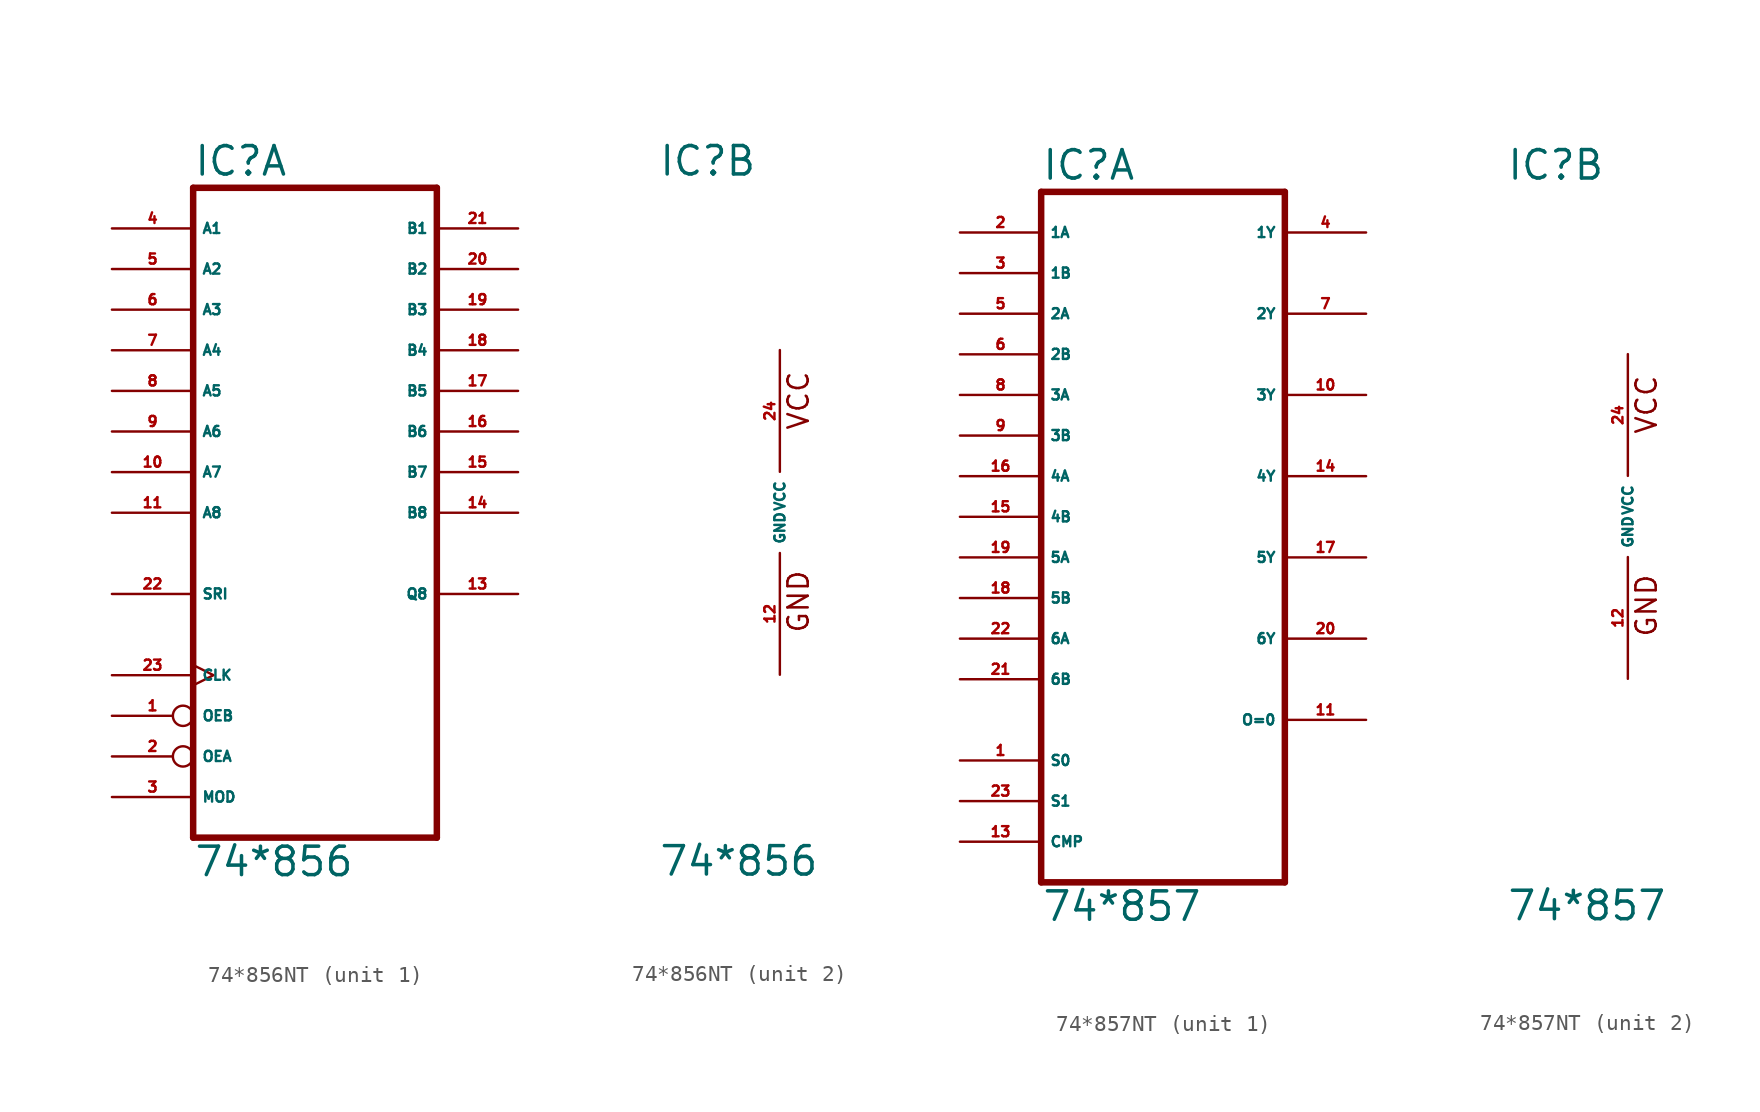
<source format=kicad_sym>
(kicad_symbol_lib
  (version 20220914)
  (generator Eagle2Kicad)
  (symbol "74*856NT"
    (property "Reference" "IC"
      (at -7.62 20.955 0)
      (effects (font (size 1.778 1.778) (thickness 0.22)) (justify left bottom)))
    (property "Value" "74*856"
      (at -7.62 -22.86 0)
      (effects (font (size 1.778 1.778) (thickness 0.22)) (justify left bottom)))
    (symbol "74*856NT_1_0"
      (polyline (pts (xy -7.62 -20.32) (xy 7.62 -20.32)) (stroke (width 0.406) (type default)) (fill (type none)))
      (polyline (pts (xy 7.62 -20.32) (xy 7.62 20.32)) (stroke (width 0.406) (type default)) (fill (type none)))
      (polyline (pts (xy 7.62 20.32) (xy -7.62 20.32)) (stroke (width 0.406) (type default)) (fill (type none)))
      (polyline (pts (xy -7.62 20.32) (xy -7.62 -20.32)) (stroke (width 0.406) (type default)) (fill (type none)))
      (pin input inverted (at -12.7 -12.7 0) (length 5.08) (name "OEB" (effects (font (size 0.635 0.635) (thickness 0.08)) (justify left bottom))) (number "1" (effects (font (size 0.635 0.635) (thickness 0.08)) (justify left bottom))))
      (pin input inverted (at -12.7 -15.24 0) (length 5.08) (name "OEA" (effects (font (size 0.635 0.635) (thickness 0.08)) (justify left bottom))) (number "2" (effects (font (size 0.635 0.635) (thickness 0.08)) (justify left bottom))))
      (pin input line (at -12.7 -17.78 0) (length 5.08) (name "MOD" (effects (font (size 0.635 0.635) (thickness 0.08)) (justify left bottom))) (number "3" (effects (font (size 0.635 0.635) (thickness 0.08)) (justify left bottom))))
      (pin bidirectional line (at -12.7 17.78 0) (length 5.08) (name "A1" (effects (font (size 0.635 0.635) (thickness 0.08)) (justify left bottom))) (number "4" (effects (font (size 0.635 0.635) (thickness 0.08)) (justify left bottom))))
      (pin bidirectional line (at -12.7 15.24 0) (length 5.08) (name "A2" (effects (font (size 0.635 0.635) (thickness 0.08)) (justify left bottom))) (number "5" (effects (font (size 0.635 0.635) (thickness 0.08)) (justify left bottom))))
      (pin bidirectional line (at -12.7 12.7 0) (length 5.08) (name "A3" (effects (font (size 0.635 0.635) (thickness 0.08)) (justify left bottom))) (number "6" (effects (font (size 0.635 0.635) (thickness 0.08)) (justify left bottom))))
      (pin bidirectional line (at -12.7 10.16 0) (length 5.08) (name "A4" (effects (font (size 0.635 0.635) (thickness 0.08)) (justify left bottom))) (number "7" (effects (font (size 0.635 0.635) (thickness 0.08)) (justify left bottom))))
      (pin bidirectional line (at -12.7 7.62 0) (length 5.08) (name "A5" (effects (font (size 0.635 0.635) (thickness 0.08)) (justify left bottom))) (number "8" (effects (font (size 0.635 0.635) (thickness 0.08)) (justify left bottom))))
      (pin bidirectional line (at -12.7 5.08 0) (length 5.08) (name "A6" (effects (font (size 0.635 0.635) (thickness 0.08)) (justify left bottom))) (number "9" (effects (font (size 0.635 0.635) (thickness 0.08)) (justify left bottom))))
      (pin bidirectional line (at -12.7 2.54 0) (length 5.08) (name "A7" (effects (font (size 0.635 0.635) (thickness 0.08)) (justify left bottom))) (number "10" (effects (font (size 0.635 0.635) (thickness 0.08)) (justify left bottom))))
      (pin bidirectional line (at -12.7 0 0) (length 5.08) (name "A8" (effects (font (size 0.635 0.635) (thickness 0.08)) (justify left bottom))) (number "11" (effects (font (size 0.635 0.635) (thickness 0.08)) (justify left bottom))))
      (pin tri_state line (at 12.7 -5.08 180) (length 5.08) (name "Q8" (effects (font (size 0.635 0.635) (thickness 0.08)) (justify left bottom))) (number "13" (effects (font (size 0.635 0.635) (thickness 0.08)) (justify left bottom))))
      (pin bidirectional line (at 12.7 0 180) (length 5.08) (name "B8" (effects (font (size 0.635 0.635) (thickness 0.08)) (justify left bottom))) (number "14" (effects (font (size 0.635 0.635) (thickness 0.08)) (justify left bottom))))
      (pin bidirectional line (at 12.7 2.54 180) (length 5.08) (name "B7" (effects (font (size 0.635 0.635) (thickness 0.08)) (justify left bottom))) (number "15" (effects (font (size 0.635 0.635) (thickness 0.08)) (justify left bottom))))
      (pin bidirectional line (at 12.7 5.08 180) (length 5.08) (name "B6" (effects (font (size 0.635 0.635) (thickness 0.08)) (justify left bottom))) (number "16" (effects (font (size 0.635 0.635) (thickness 0.08)) (justify left bottom))))
      (pin bidirectional line (at 12.7 7.62 180) (length 5.08) (name "B5" (effects (font (size 0.635 0.635) (thickness 0.08)) (justify left bottom))) (number "17" (effects (font (size 0.635 0.635) (thickness 0.08)) (justify left bottom))))
      (pin bidirectional line (at 12.7 10.16 180) (length 5.08) (name "B4" (effects (font (size 0.635 0.635) (thickness 0.08)) (justify left bottom))) (number "18" (effects (font (size 0.635 0.635) (thickness 0.08)) (justify left bottom))))
      (pin bidirectional line (at 12.7 12.7 180) (length 5.08) (name "B3" (effects (font (size 0.635 0.635) (thickness 0.08)) (justify left bottom))) (number "19" (effects (font (size 0.635 0.635) (thickness 0.08)) (justify left bottom))))
      (pin bidirectional line (at 12.7 15.24 180) (length 5.08) (name "B2" (effects (font (size 0.635 0.635) (thickness 0.08)) (justify left bottom))) (number "20" (effects (font (size 0.635 0.635) (thickness 0.08)) (justify left bottom))))
      (pin bidirectional line (at 12.7 17.78 180) (length 5.08) (name "B1" (effects (font (size 0.635 0.635) (thickness 0.08)) (justify left bottom))) (number "21" (effects (font (size 0.635 0.635) (thickness 0.08)) (justify left bottom))))
      (pin input line (at -12.7 -5.08 0) (length 5.08) (name "SRI" (effects (font (size 0.635 0.635) (thickness 0.08)) (justify left bottom))) (number "22" (effects (font (size 0.635 0.635) (thickness 0.08)) (justify left bottom))))
      (pin input clock (at -12.7 -10.16 0) (length 5.08) (name "CLK" (effects (font (size 0.635 0.635) (thickness 0.08)) (justify left bottom))) (number "23" (effects (font (size 0.635 0.635) (thickness 0.08)) (justify left bottom)))))
    (symbol "74*856NT_2_0"
      (text "GND" (at 1.905 -7.62 900) (effects (font (size 1.27 1.27) (thickness 0.16)) (justify left bottom)))
      (text "VCC" (at 1.905 5.08 900) (effects (font (size 1.27 1.27) (thickness 0.16)) (justify left bottom)))
      (pin unspecified line (at 0 -10.16 90) (length 7.62) (name "GND" (effects (font (size 0.635 0.635) (thickness 0.08)) (justify left bottom))) (number "12" (effects (font (size 0.635 0.635) (thickness 0.08)) (justify left bottom))))
      (pin unspecified line (at 0 10.16 270) (length 7.62) (name "VCC" (effects (font (size 0.635 0.635) (thickness 0.08)) (justify left bottom))) (number "24" (effects (font (size 0.635 0.635) (thickness 0.08)) (justify left bottom))))))
  (symbol "74*857NT"
    (property "Reference" "IC"
      (at -7.62 20.955 0)
      (effects (font (size 1.778 1.778) (thickness 0.22)) (justify left bottom)))
    (property "Value" "74*857"
      (at -7.62 -25.4 0)
      (effects (font (size 1.778 1.778) (thickness 0.22)) (justify left bottom)))
    (symbol "74*857NT_1_0"
      (polyline (pts (xy -7.62 -22.86) (xy 7.62 -22.86)) (stroke (width 0.406) (type default)) (fill (type none)))
      (polyline (pts (xy 7.62 -22.86) (xy 7.62 20.32)) (stroke (width 0.406) (type default)) (fill (type none)))
      (polyline (pts (xy 7.62 20.32) (xy -7.62 20.32)) (stroke (width 0.406) (type default)) (fill (type none)))
      (polyline (pts (xy -7.62 20.32) (xy -7.62 -22.86)) (stroke (width 0.406) (type default)) (fill (type none)))
      (pin input line (at -12.7 -15.24 0) (length 5.08) (name "S0" (effects (font (size 0.635 0.635) (thickness 0.08)) (justify left bottom))) (number "1" (effects (font (size 0.635 0.635) (thickness 0.08)) (justify left bottom))))
      (pin input line (at -12.7 17.78 0) (length 5.08) (name "1A" (effects (font (size 0.635 0.635) (thickness 0.08)) (justify left bottom))) (number "2" (effects (font (size 0.635 0.635) (thickness 0.08)) (justify left bottom))))
      (pin input line (at -12.7 15.24 0) (length 5.08) (name "1B" (effects (font (size 0.635 0.635) (thickness 0.08)) (justify left bottom))) (number "3" (effects (font (size 0.635 0.635) (thickness 0.08)) (justify left bottom))))
      (pin tri_state line (at 12.7 17.78 180) (length 5.08) (name "1Y" (effects (font (size 0.635 0.635) (thickness 0.08)) (justify left bottom))) (number "4" (effects (font (size 0.635 0.635) (thickness 0.08)) (justify left bottom))))
      (pin input line (at -12.7 12.7 0) (length 5.08) (name "2A" (effects (font (size 0.635 0.635) (thickness 0.08)) (justify left bottom))) (number "5" (effects (font (size 0.635 0.635) (thickness 0.08)) (justify left bottom))))
      (pin input line (at -12.7 10.16 0) (length 5.08) (name "2B" (effects (font (size 0.635 0.635) (thickness 0.08)) (justify left bottom))) (number "6" (effects (font (size 0.635 0.635) (thickness 0.08)) (justify left bottom))))
      (pin tri_state line (at 12.7 12.7 180) (length 5.08) (name "2Y" (effects (font (size 0.635 0.635) (thickness 0.08)) (justify left bottom))) (number "7" (effects (font (size 0.635 0.635) (thickness 0.08)) (justify left bottom))))
      (pin input line (at -12.7 7.62 0) (length 5.08) (name "3A" (effects (font (size 0.635 0.635) (thickness 0.08)) (justify left bottom))) (number "8" (effects (font (size 0.635 0.635) (thickness 0.08)) (justify left bottom))))
      (pin input line (at -12.7 5.08 0) (length 5.08) (name "3B" (effects (font (size 0.635 0.635) (thickness 0.08)) (justify left bottom))) (number "9" (effects (font (size 0.635 0.635) (thickness 0.08)) (justify left bottom))))
      (pin tri_state line (at 12.7 7.62 180) (length 5.08) (name "3Y" (effects (font (size 0.635 0.635) (thickness 0.08)) (justify left bottom))) (number "10" (effects (font (size 0.635 0.635) (thickness 0.08)) (justify left bottom))))
      (pin tri_state line (at 12.7 -12.7 180) (length 5.08) (name "O=0" (effects (font (size 0.635 0.635) (thickness 0.08)) (justify left bottom))) (number "11" (effects (font (size 0.635 0.635) (thickness 0.08)) (justify left bottom))))
      (pin input line (at -12.7 -20.32 0) (length 5.08) (name "CMP" (effects (font (size 0.635 0.635) (thickness 0.08)) (justify left bottom))) (number "13" (effects (font (size 0.635 0.635) (thickness 0.08)) (justify left bottom))))
      (pin tri_state line (at 12.7 2.54 180) (length 5.08) (name "4Y" (effects (font (size 0.635 0.635) (thickness 0.08)) (justify left bottom))) (number "14" (effects (font (size 0.635 0.635) (thickness 0.08)) (justify left bottom))))
      (pin input line (at -12.7 0 0) (length 5.08) (name "4B" (effects (font (size 0.635 0.635) (thickness 0.08)) (justify left bottom))) (number "15" (effects (font (size 0.635 0.635) (thickness 0.08)) (justify left bottom))))
      (pin input line (at -12.7 2.54 0) (length 5.08) (name "4A" (effects (font (size 0.635 0.635) (thickness 0.08)) (justify left bottom))) (number "16" (effects (font (size 0.635 0.635) (thickness 0.08)) (justify left bottom))))
      (pin tri_state line (at 12.7 -2.54 180) (length 5.08) (name "5Y" (effects (font (size 0.635 0.635) (thickness 0.08)) (justify left bottom))) (number "17" (effects (font (size 0.635 0.635) (thickness 0.08)) (justify left bottom))))
      (pin input line (at -12.7 -5.08 0) (length 5.08) (name "5B" (effects (font (size 0.635 0.635) (thickness 0.08)) (justify left bottom))) (number "18" (effects (font (size 0.635 0.635) (thickness 0.08)) (justify left bottom))))
      (pin input line (at -12.7 -2.54 0) (length 5.08) (name "5A" (effects (font (size 0.635 0.635) (thickness 0.08)) (justify left bottom))) (number "19" (effects (font (size 0.635 0.635) (thickness 0.08)) (justify left bottom))))
      (pin tri_state line (at 12.7 -7.62 180) (length 5.08) (name "6Y" (effects (font (size 0.635 0.635) (thickness 0.08)) (justify left bottom))) (number "20" (effects (font (size 0.635 0.635) (thickness 0.08)) (justify left bottom))))
      (pin input line (at -12.7 -10.16 0) (length 5.08) (name "6B" (effects (font (size 0.635 0.635) (thickness 0.08)) (justify left bottom))) (number "21" (effects (font (size 0.635 0.635) (thickness 0.08)) (justify left bottom))))
      (pin input line (at -12.7 -7.62 0) (length 5.08) (name "6A" (effects (font (size 0.635 0.635) (thickness 0.08)) (justify left bottom))) (number "22" (effects (font (size 0.635 0.635) (thickness 0.08)) (justify left bottom))))
      (pin input line (at -12.7 -17.78 0) (length 5.08) (name "S1" (effects (font (size 0.635 0.635) (thickness 0.08)) (justify left bottom))) (number "23" (effects (font (size 0.635 0.635) (thickness 0.08)) (justify left bottom)))))
    (symbol "74*857NT_2_0"
      (text "GND" (at 1.905 -7.62 900) (effects (font (size 1.27 1.27) (thickness 0.16)) (justify left bottom)))
      (text "VCC" (at 1.905 5.08 900) (effects (font (size 1.27 1.27) (thickness 0.16)) (justify left bottom)))
      (pin unspecified line (at 0 -10.16 90) (length 7.62) (name "GND" (effects (font (size 0.635 0.635) (thickness 0.08)) (justify left bottom))) (number "12" (effects (font (size 0.635 0.635) (thickness 0.08)) (justify left bottom))))
      (pin unspecified line (at 0 10.16 270) (length 7.62) (name "VCC" (effects (font (size 0.635 0.635) (thickness 0.08)) (justify left bottom))) (number "24" (effects (font (size 0.635 0.635) (thickness 0.08)) (justify left bottom)))))))
</source>
